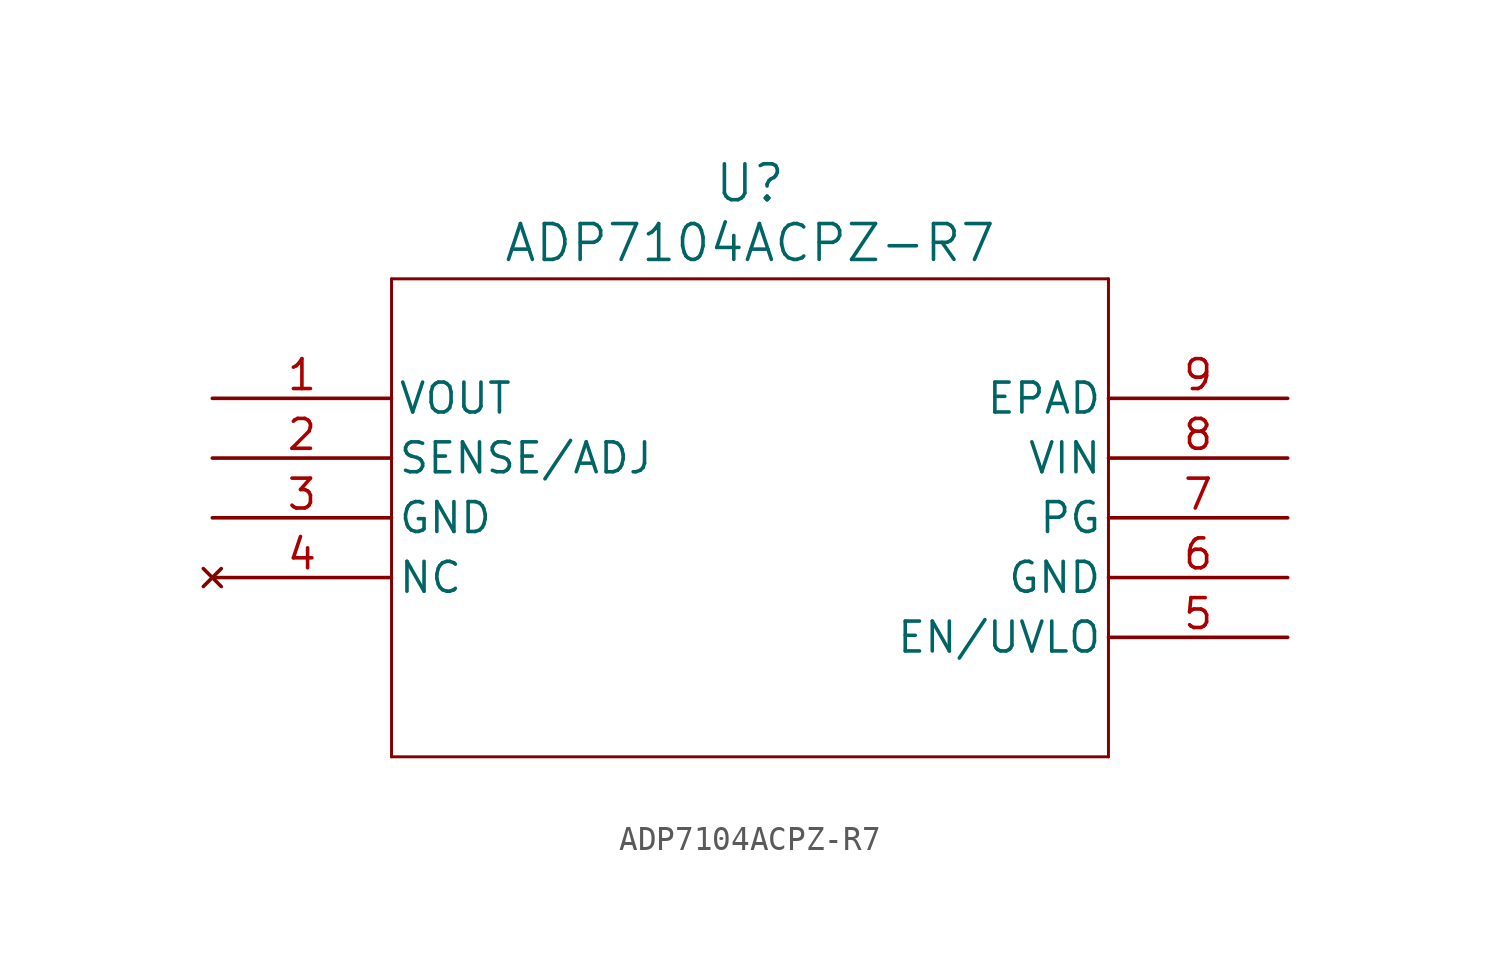
<source format=kicad_sym>
(kicad_symbol_lib
  (version 20231120)
  (generator "kicad_symbol_editor")
  (generator_version "8.0")
  (symbol "ADP7104ACPZ-R7"
    (pin_names
      (offset 0.254))
    (property "Reference" "U"
      (at 22.86 9.144 0)
      (effects (font (size 1.524 1.524))))
    (property "Value" "ADP7104ACPZ-R7"
      (at 22.86 6.604 0)
      (effects (font (size 1.524 1.524))))
    (property "ki_locked" ""
      (at 0 0 0)
      (effects (font (size 1.27 1.27))))
    (symbol "ADP7104ACPZ-R7_0_1"
      (polyline (pts (xy 7.62 -15.24) (xy 38.1 -15.24)) (stroke (width 0.127) (type default)) (fill (type none)))
      (polyline (pts (xy 7.62 5.08) (xy 7.62 -15.24)) (stroke (width 0.127) (type default)) (fill (type none)))
      (polyline (pts (xy 38.1 -15.24) (xy 38.1 5.08)) (stroke (width 0.127) (type default)) (fill (type none)))
      (polyline (pts (xy 38.1 5.08) (xy 7.62 5.08)) (stroke (width 0.127) (type default)) (fill (type none)))
      (pin output line (at 0 0 0) (length 7.62) (name "VOUT" (effects (font (size 1.27 1.27)))) (number "1" (effects (font (size 1.27 1.27)))))
      (pin output line (at 0 -2.54 0) (length 7.62) (name "SENSE/ADJ" (effects (font (size 1.27 1.27)))) (number "2" (effects (font (size 1.27 1.27)))))
      (pin power_in line (at 0 -5.08 0) (length 7.62) (name "GND" (effects (font (size 1.27 1.27)))) (number "3" (effects (font (size 1.27 1.27)))))
      (pin no_connect line (at 0 -7.62 0) (length 7.62) (name "NC" (effects (font (size 1.27 1.27)))) (number "4" (effects (font (size 1.27 1.27)))))
      (pin input line (at 45.72 -10.16 180) (length 7.62) (name "EN/UVLO" (effects (font (size 1.27 1.27)))) (number "5" (effects (font (size 1.27 1.27)))))
      (pin power_in line (at 45.72 -7.62 180) (length 7.62) (name "GND" (effects (font (size 1.27 1.27)))) (number "6" (effects (font (size 1.27 1.27)))))
      (pin power_in line (at 45.72 -5.08 180) (length 7.62) (name "PG" (effects (font (size 1.27 1.27)))) (number "7" (effects (font (size 1.27 1.27)))))
      (pin input line (at 45.72 -2.54 180) (length 7.62) (name "VIN" (effects (font (size 1.27 1.27)))) (number "8" (effects (font (size 1.27 1.27)))))
      (pin unspecified line (at 45.72 0 180) (length 7.62) (name "EPAD" (effects (font (size 1.27 1.27)))) (number "9" (effects (font (size 1.27 1.27))))))))
</source>
